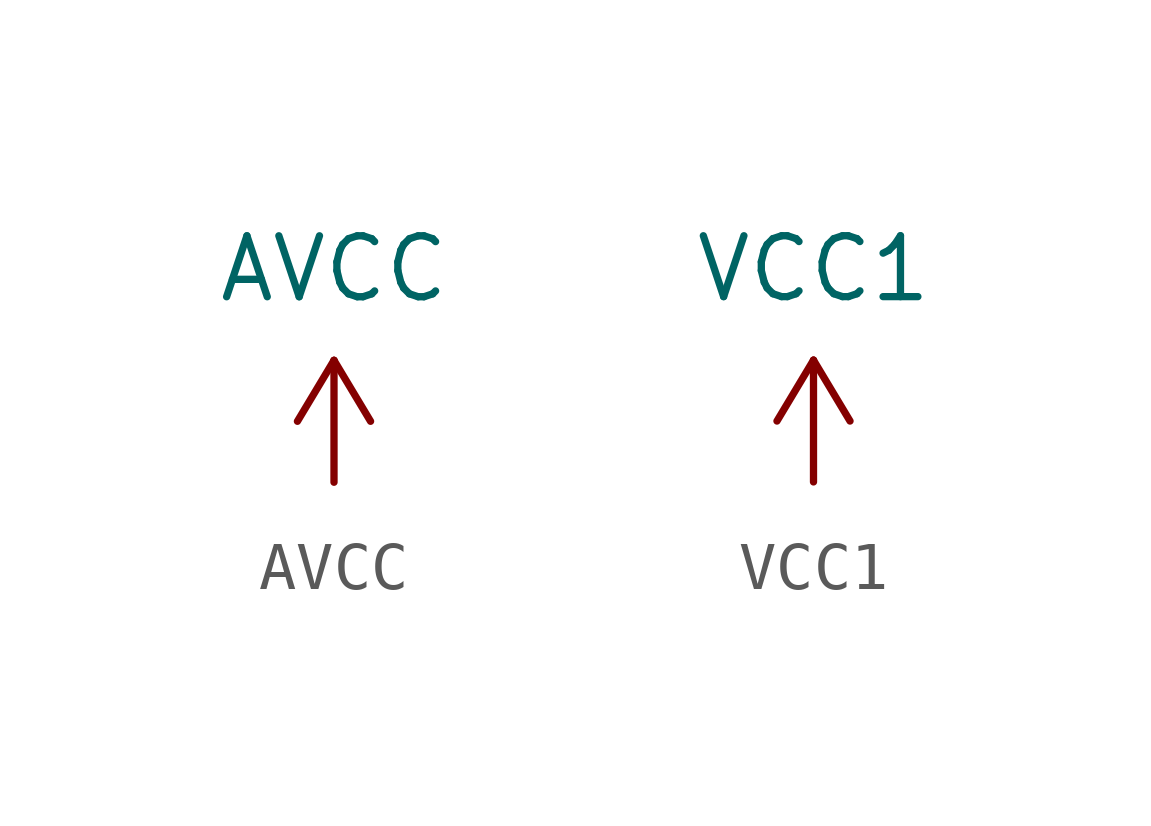
<source format=kicad_sym>
(kicad_symbol_lib
  (version 20220914)
  (generator kicad_symbol_editor)
  (symbol "AVCC"
    (power)
    (pin_names
      (offset 0))
    (property "Reference" "#PWR01"
      (at 0 -3.81 0)
      (effects (font (size 1.27 1.27)) hide))
    (property "Value" "AVCC"
      (at 0 4.445 0)
      (effects (font (size 1.27 1.27))))
    (symbol "AVCC_0_1"
      (polyline (pts (xy -0.762 1.27) (xy 0 2.54)) (stroke (width 0) (type default)) (fill (type none)))
      (polyline (pts (xy 0 0) (xy 0 2.54)) (stroke (width 0) (type default)) (fill (type none)))
      (polyline (pts (xy 0 2.54) (xy 0.762 1.27)) (stroke (width 0) (type default)) (fill (type none))))
    (symbol "AVCC_1_1"
      (pin power_in line (at 0 0 90) (length 0) hide (name "AVCC" (effects (font (size 1.27 1.27)))) (number "1" (effects (font (size 1.27 1.27)))))))
  (symbol "VCC1"
    (power)
    (pin_names
      (offset 0))
    (property "Reference" "#PWR01"
      (at 0 -3.81 0)
      (effects (font (size 1.27 1.27)) hide))
    (property "Value" "VCC1"
      (at 0 4.445 0)
      (effects (font (size 1.27 1.27))))
    (symbol "VCC1_0_1"
      (polyline (pts (xy -0.762 1.27) (xy 0 2.54)) (stroke (width 0) (type default)) (fill (type none)))
      (polyline (pts (xy 0 0) (xy 0 2.54)) (stroke (width 0) (type default)) (fill (type none)))
      (polyline (pts (xy 0 2.54) (xy 0.762 1.27)) (stroke (width 0) (type default)) (fill (type none))))
    (symbol "VCC1_1_1"
      (pin power_in line (at 0 0 90) (length 0) hide (name "VCC1" (effects (font (size 1.27 1.27)))) (number "1" (effects (font (size 1.27 1.27))))))))
</source>
